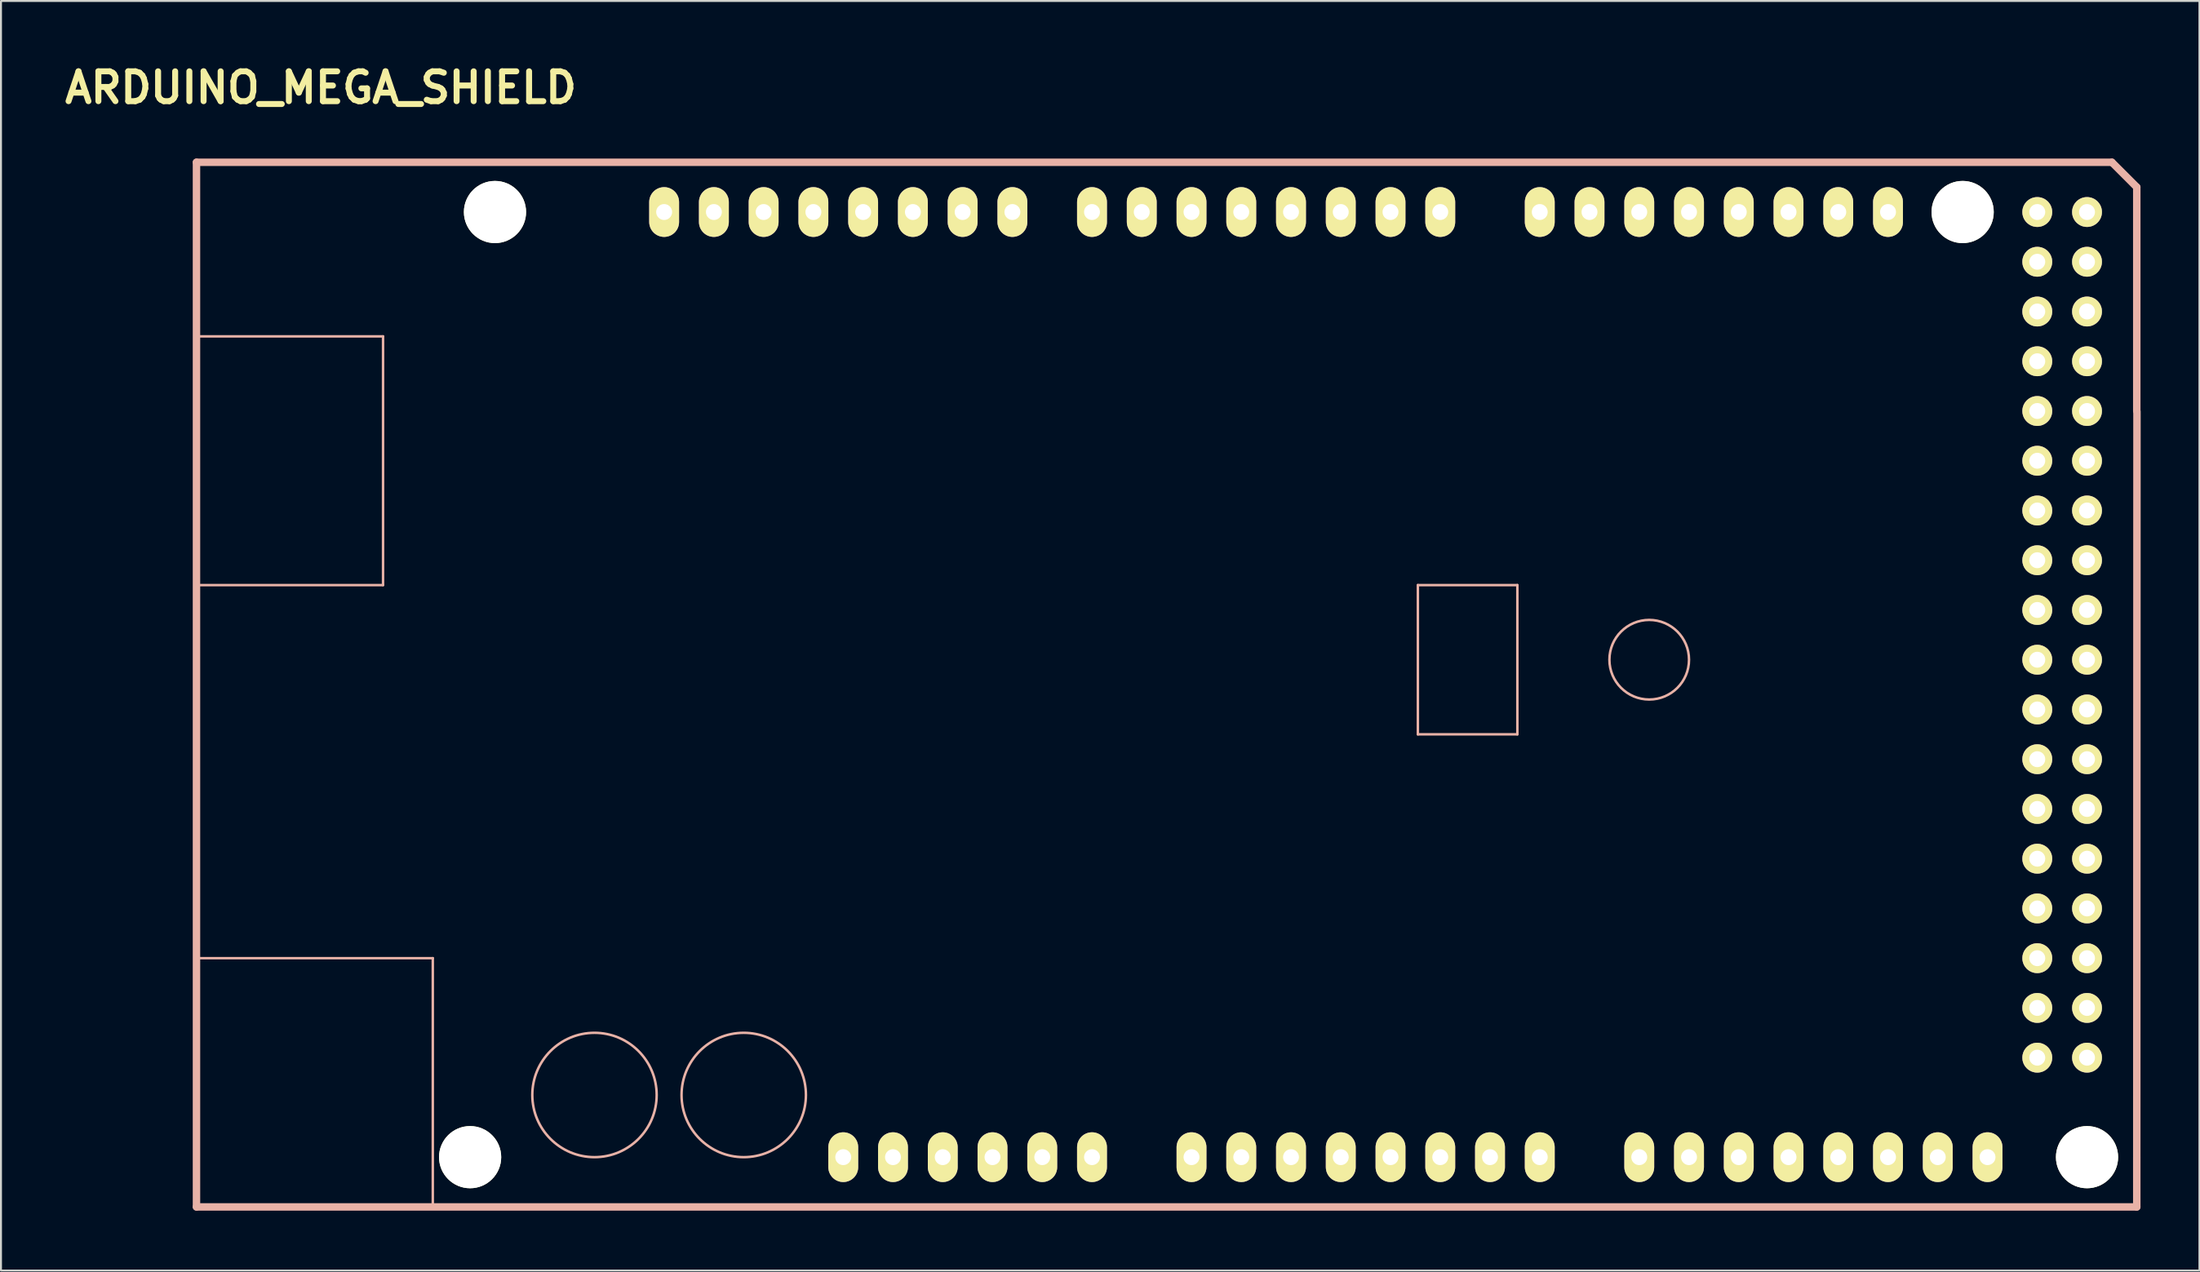
<source format=kicad_pcb>
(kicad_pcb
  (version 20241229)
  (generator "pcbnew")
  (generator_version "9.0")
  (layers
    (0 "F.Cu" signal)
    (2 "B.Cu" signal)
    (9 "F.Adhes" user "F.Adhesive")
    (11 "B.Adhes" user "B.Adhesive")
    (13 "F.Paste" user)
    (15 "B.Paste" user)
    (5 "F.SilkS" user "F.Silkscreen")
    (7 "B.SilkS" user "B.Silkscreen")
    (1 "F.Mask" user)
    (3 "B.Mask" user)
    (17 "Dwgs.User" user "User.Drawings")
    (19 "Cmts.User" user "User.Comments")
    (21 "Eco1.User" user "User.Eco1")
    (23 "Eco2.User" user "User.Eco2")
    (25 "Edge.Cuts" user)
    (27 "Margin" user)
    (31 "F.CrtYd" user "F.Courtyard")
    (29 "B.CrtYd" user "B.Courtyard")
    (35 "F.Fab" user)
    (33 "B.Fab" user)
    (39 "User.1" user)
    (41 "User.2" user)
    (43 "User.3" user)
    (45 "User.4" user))
  (footprint "ARDUINO_MEGA_SHIELD"
    (layer "F.Cu")
    (at 6.981 58.576)
    (property "Reference" "ARDUINO_MEGA_SHIELD" (at 6.35 -57.15 0) (layer "F.SilkS") (effects (font (size 1.524 1.524) (thickness 0.305))))
    (attr through_hole)
    (fp_line (start 0 -44.45) (end 9.525 -44.45) (stroke (width 0.127) (type solid)) (layer "B.SilkS"))
    (fp_line (start 0 -12.7) (end 12.065 -12.7) (stroke (width 0.127) (type solid)) (layer "B.SilkS"))
    (fp_line (start 0 0) (end 0 -53.34) (stroke (width 0.381) (type solid)) (layer "B.SilkS"))
    (fp_line (start 9.525 -44.45) (end 9.525 -31.75) (stroke (width 0.127) (type solid)) (layer "B.SilkS"))
    (fp_line (start 9.525 -31.75) (end 0 -31.75) (stroke (width 0.127) (type solid)) (layer "B.SilkS"))
    (fp_line (start 12.065 -12.7) (end 12.065 0) (stroke (width 0.127) (type solid)) (layer "B.SilkS"))
    (fp_line (start 62.357 -31.75) (end 62.357 -24.13) (stroke (width 0.127) (type solid)) (layer "B.SilkS"))
    (fp_line (start 62.357 -24.13) (end 67.437 -24.13) (stroke (width 0.127) (type solid)) (layer "B.SilkS"))
    (fp_line (start 67.437 -31.75) (end 62.357 -31.75) (stroke (width 0.127) (type solid)) (layer "B.SilkS"))
    (fp_line (start 67.437 -24.13) (end 67.437 -31.75) (stroke (width 0.127) (type solid)) (layer "B.SilkS"))
    (fp_line (start 97.79 -53.34) (end 0 -53.34) (stroke (width 0.381) (type solid)) (layer "B.SilkS"))
    (fp_line (start 99.06 -52.07) (end 97.79 -53.34) (stroke (width 0.381) (type solid)) (layer "B.SilkS"))
    (fp_line (start 99.06 -40.64) (end 99.06 -52.07) (stroke (width 0.381) (type solid)) (layer "B.SilkS"))
    (fp_line (start 99.06 -2.57) (end 99.07 -40.6) (stroke (width 0.38) (type solid)) (layer "B.SilkS"))
    (fp_line (start 99.06 -2.54) (end 99.06 0) (stroke (width 0.381) (type solid)) (layer "B.SilkS"))
    (fp_line (start 99.06 0) (end 0 0) (stroke (width 0.381) (type solid)) (layer "B.SilkS"))
    (fp_line (start 99.07 -40.6) (end 99.07 -40.59) (stroke (width 0.15) (type solid)) (layer "B.SilkS"))
    (fp_circle (center 20.32 -5.715) (end 23.495 -5.715) (stroke (width 0.127) (type solid)) (fill no) (layer "B.SilkS"))
    (fp_circle (center 27.94 -5.715) (end 31.115 -5.715) (stroke (width 0.127) (type solid)) (fill no) (layer "B.SilkS"))
    (fp_circle (center 74.168 -27.94) (end 76.2 -27.94) (stroke (width 0.127) (type solid)) (fill no) (layer "B.SilkS"))
    (pad "" np_thru_hole circle (at 13.97 -2.54 90) (size 3.175 3.175) (drill 3.175) (layers "*.Cu" "*.Mask" "F.SilkS"))
    (pad "" np_thru_hole circle (at 15.24 -50.8 90) (size 3.175 3.175) (drill 3.175) (layers "*.Cu" "*.Mask" "F.SilkS"))
    (pad "" np_thru_hole circle (at 90.17 -50.8 90) (size 3.175 3.175) (drill 3.175) (layers "*.Cu" "*.Mask" "F.SilkS"))
    (pad "" np_thru_hole circle (at 96.52 -2.54 90) (size 3.175 3.175) (drill 3.175) (layers "*.Cu" "*.Mask" "F.SilkS"))
    (pad "0" thru_hole oval (at 63.5 -50.8 90) (size 2.54 1.524) (drill 0.813) (layers "*.Cu" "*.Mask" "F.SilkS"))
    (pad "1" thru_hole oval (at 60.96 -50.8 90) (size 2.54 1.524) (drill 0.813) (layers "*.Cu" "*.Mask" "F.SilkS"))
    (pad "2" thru_hole oval (at 58.42 -50.8 90) (size 2.54 1.524) (drill 0.813) (layers "*.Cu" "*.Mask" "F.SilkS"))
    (pad "3" thru_hole oval (at 55.88 -50.8 90) (size 2.54 1.524) (drill 0.813) (layers "*.Cu" "*.Mask" "F.SilkS"))
    (pad "3V3" thru_hole oval (at 35.56 -2.54 90) (size 2.54 1.524) (drill 0.813) (layers "*.Cu" "*.Mask" "F.SilkS"))
    (pad "4" thru_hole oval (at 53.34 -50.8 90) (size 2.54 1.524) (drill 0.813) (layers "*.Cu" "*.Mask" "F.SilkS"))
    (pad "5" thru_hole oval (at 50.8 -50.8 90) (size 2.54 1.524) (drill 0.813) (layers "*.Cu" "*.Mask" "F.SilkS"))
    (pad "5V" thru_hole oval (at 38.1 -2.54 90) (size 2.54 1.524) (drill 0.813) (layers "*.Cu" "*.Mask" "F.SilkS"))
    (pad "5V_4" thru_hole circle (at 93.98 -50.8) (size 1.524 1.524) (drill 0.813) (layers "*.Cu" "*.Mask" "F.SilkS"))
    (pad "5V_5" thru_hole circle (at 96.52 -50.8) (size 1.524 1.524) (drill 0.813) (layers "*.Cu" "*.Mask" "F.SilkS"))
    (pad "6" thru_hole oval (at 48.26 -50.8 90) (size 2.54 1.524) (drill 0.813) (layers "*.Cu" "*.Mask" "F.SilkS"))
    (pad "7" thru_hole oval (at 45.72 -50.8 90) (size 2.54 1.524) (drill 0.813) (layers "*.Cu" "*.Mask" "F.SilkS"))
    (pad "8" thru_hole oval (at 41.656 -50.8 90) (size 2.54 1.524) (drill 0.813) (layers "*.Cu" "*.Mask" "F.SilkS"))
    (pad "9" thru_hole oval (at 39.116 -50.8 90) (size 2.54 1.524) (drill 0.813) (layers "*.Cu" "*.Mask" "F.SilkS"))
    (pad "10" thru_hole oval (at 36.576 -50.8 90) (size 2.54 1.524) (drill 0.813) (layers "*.Cu" "*.Mask" "F.SilkS"))
    (pad "11" thru_hole oval (at 34.036 -50.8 90) (size 2.54 1.524) (drill 0.813) (layers "*.Cu" "*.Mask" "F.SilkS"))
    (pad "12" thru_hole oval (at 31.496 -50.8 90) (size 2.54 1.524) (drill 0.813) (layers "*.Cu" "*.Mask" "F.SilkS"))
    (pad "13" thru_hole oval (at 28.956 -50.8 90) (size 2.54 1.524) (drill 0.813) (layers "*.Cu" "*.Mask" "F.SilkS"))
    (pad "14" thru_hole oval (at 68.58 -50.8 90) (size 2.54 1.524) (drill 0.813) (layers "*.Cu" "*.Mask" "F.SilkS"))
    (pad "15" thru_hole oval (at 71.12 -50.8 90) (size 2.54 1.524) (drill 0.813) (layers "*.Cu" "*.Mask" "F.SilkS"))
    (pad "16" thru_hole oval (at 73.66 -50.8 90) (size 2.54 1.524) (drill 0.813) (layers "*.Cu" "*.Mask" "F.SilkS"))
    (pad "17" thru_hole oval (at 76.2 -50.8 90) (size 2.54 1.524) (drill 0.813) (layers "*.Cu" "*.Mask" "F.SilkS"))
    (pad "18" thru_hole oval (at 78.74 -50.8 90) (size 2.54 1.524) (drill 0.813) (layers "*.Cu" "*.Mask" "F.SilkS"))
    (pad "19" thru_hole oval (at 81.28 -50.8 90) (size 2.54 1.524) (drill 0.813) (layers "*.Cu" "*.Mask" "F.SilkS"))
    (pad "20" thru_hole oval (at 83.82 -50.8 90) (size 2.54 1.524) (drill 0.813) (layers "*.Cu" "*.Mask" "F.SilkS"))
    (pad "21" thru_hole oval (at 86.36 -50.8 90) (size 2.54 1.524) (drill 0.813) (layers "*.Cu" "*.Mask" "F.SilkS"))
    (pad "22" thru_hole circle (at 93.98 -48.26) (size 1.524 1.524) (drill 0.813) (layers "*.Cu" "*.Mask" "F.SilkS"))
    (pad "23" thru_hole circle (at 96.52 -48.26) (size 1.524 1.524) (drill 0.813) (layers "*.Cu" "*.Mask" "F.SilkS"))
    (pad "24" thru_hole circle (at 93.98 -45.72) (size 1.524 1.524) (drill 0.813) (layers "*.Cu" "*.Mask" "F.SilkS"))
    (pad "25" thru_hole circle (at 96.52 -45.72) (size 1.524 1.524) (drill 0.813) (layers "*.Cu" "*.Mask" "F.SilkS"))
    (pad "26" thru_hole circle (at 93.98 -43.18) (size 1.524 1.524) (drill 0.813) (layers "*.Cu" "*.Mask" "F.SilkS"))
    (pad "27" thru_hole circle (at 96.52 -43.18) (size 1.524 1.524) (drill 0.813) (layers "*.Cu" "*.Mask" "F.SilkS"))
    (pad "28" thru_hole circle (at 93.98 -40.64) (size 1.524 1.524) (drill 0.813) (layers "*.Cu" "*.Mask" "F.SilkS"))
    (pad "29" thru_hole circle (at 96.52 -40.64) (size 1.524 1.524) (drill 0.813) (layers "*.Cu" "*.Mask" "F.SilkS"))
    (pad "30" thru_hole circle (at 93.98 -38.1) (size 1.524 1.524) (drill 0.813) (layers "*.Cu" "*.Mask" "F.SilkS"))
    (pad "31" thru_hole circle (at 96.52 -38.1) (size 1.524 1.524) (drill 0.813) (layers "*.Cu" "*.Mask" "F.SilkS"))
    (pad "32" thru_hole circle (at 93.98 -35.56) (size 1.524 1.524) (drill 0.813) (layers "*.Cu" "*.Mask" "F.SilkS"))
    (pad "33" thru_hole circle (at 96.52 -35.56) (size 1.524 1.524) (drill 0.813) (layers "*.Cu" "*.Mask" "F.SilkS"))
    (pad "34" thru_hole circle (at 93.98 -33.02) (size 1.524 1.524) (drill 0.813) (layers "*.Cu" "*.Mask" "F.SilkS"))
    (pad "35" thru_hole circle (at 96.52 -33.02) (size 1.524 1.524) (drill 0.813) (layers "*.Cu" "*.Mask" "F.SilkS"))
    (pad "36" thru_hole circle (at 93.98 -30.48) (size 1.524 1.524) (drill 0.813) (layers "*.Cu" "*.Mask" "F.SilkS"))
    (pad "37" thru_hole circle (at 96.52 -30.48) (size 1.524 1.524) (drill 0.813) (layers "*.Cu" "*.Mask" "F.SilkS"))
    (pad "38" thru_hole circle (at 93.98 -27.94) (size 1.524 1.524) (drill 0.813) (layers "*.Cu" "*.Mask" "F.SilkS"))
    (pad "39" thru_hole circle (at 96.52 -27.94) (size 1.524 1.524) (drill 0.813) (layers "*.Cu" "*.Mask" "F.SilkS"))
    (pad "40" thru_hole circle (at 93.98 -25.4) (size 1.524 1.524) (drill 0.813) (layers "*.Cu" "*.Mask" "F.SilkS"))
    (pad "41" thru_hole circle (at 96.52 -25.4) (size 1.524 1.524) (drill 0.813) (layers "*.Cu" "*.Mask" "F.SilkS"))
    (pad "42" thru_hole circle (at 93.98 -22.86) (size 1.524 1.524) (drill 0.813) (layers "*.Cu" "*.Mask" "F.SilkS"))
    (pad "43" thru_hole circle (at 96.52 -22.86) (size 1.524 1.524) (drill 0.813) (layers "*.Cu" "*.Mask" "F.SilkS"))
    (pad "44" thru_hole circle (at 93.98 -20.32) (size 1.524 1.524) (drill 0.813) (layers "*.Cu" "*.Mask" "F.SilkS"))
    (pad "45" thru_hole circle (at 96.52 -20.32) (size 1.524 1.524) (drill 0.813) (layers "*.Cu" "*.Mask" "F.SilkS"))
    (pad "46" thru_hole circle (at 93.98 -17.78) (size 1.524 1.524) (drill 0.813) (layers "*.Cu" "*.Mask" "F.SilkS"))
    (pad "47" thru_hole circle (at 96.52 -17.78) (size 1.524 1.524) (drill 0.813) (layers "*.Cu" "*.Mask" "F.SilkS"))
    (pad "48" thru_hole circle (at 93.98 -15.24) (size 1.524 1.524) (drill 0.813) (layers "*.Cu" "*.Mask" "F.SilkS"))
    (pad "49" thru_hole circle (at 96.52 -15.24) (size 1.524 1.524) (drill 0.813) (layers "*.Cu" "*.Mask" "F.SilkS"))
    (pad "50" thru_hole circle (at 93.98 -12.7) (size 1.524 1.524) (drill 0.813) (layers "*.Cu" "*.Mask" "F.SilkS"))
    (pad "51" thru_hole circle (at 96.52 -12.7) (size 1.524 1.524) (drill 0.813) (layers "*.Cu" "*.Mask" "F.SilkS"))
    (pad "52" thru_hole circle (at 93.98 -10.16) (size 1.524 1.524) (drill 0.813) (layers "*.Cu" "*.Mask" "F.SilkS"))
    (pad "53" thru_hole circle (at 96.52 -10.16) (size 1.524 1.524) (drill 0.813) (layers "*.Cu" "*.Mask" "F.SilkS"))
    (pad "AD0" thru_hole oval (at 50.8 -2.54 90) (size 2.54 1.524) (drill 0.813) (layers "*.Cu" "*.Mask" "F.SilkS"))
    (pad "AD1" thru_hole oval (at 53.34 -2.54 90) (size 2.54 1.524) (drill 0.813) (layers "*.Cu" "*.Mask" "F.SilkS"))
    (pad "AD2" thru_hole oval (at 55.88 -2.54 90) (size 2.54 1.524) (drill 0.813) (layers "*.Cu" "*.Mask" "F.SilkS"))
    (pad "AD3" thru_hole oval (at 58.42 -2.54 90) (size 2.54 1.524) (drill 0.813) (layers "*.Cu" "*.Mask" "F.SilkS"))
    (pad "AD4" thru_hole oval (at 60.96 -2.54 90) (size 2.54 1.524) (drill 0.813) (layers "*.Cu" "*.Mask" "F.SilkS"))
    (pad "AD5" thru_hole oval (at 63.5 -2.54 90) (size 2.54 1.524) (drill 0.813) (layers "*.Cu" "*.Mask" "F.SilkS"))
    (pad "AD6" thru_hole oval (at 66.04 -2.54 90) (size 2.54 1.524) (drill 0.813) (layers "*.Cu" "*.Mask" "F.SilkS"))
    (pad "AD7" thru_hole oval (at 68.58 -2.54 90) (size 2.54 1.524) (drill 0.813) (layers "*.Cu" "*.Mask" "F.SilkS"))
    (pad "AD8" thru_hole oval (at 73.66 -2.54 90) (size 2.54 1.524) (drill 0.813) (layers "*.Cu" "*.Mask" "F.SilkS"))
    (pad "AD9" thru_hole oval (at 76.2 -2.54 90) (size 2.54 1.524) (drill 0.813) (layers "*.Cu" "*.Mask" "F.SilkS"))
    (pad "AD10" thru_hole oval (at 78.74 -2.54 90) (size 2.54 1.524) (drill 0.813) (layers "*.Cu" "*.Mask" "F.SilkS"))
    (pad "AD11" thru_hole oval (at 81.28 -2.54 90) (size 2.54 1.524) (drill 0.813) (layers "*.Cu" "*.Mask" "F.SilkS"))
    (pad "AD12" thru_hole oval (at 83.82 -2.54 90) (size 2.54 1.524) (drill 0.813) (layers "*.Cu" "*.Mask" "F.SilkS"))
    (pad "AD13" thru_hole oval (at 86.36 -2.54 90) (size 2.54 1.524) (drill 0.813) (layers "*.Cu" "*.Mask" "F.SilkS"))
    (pad "AD14" thru_hole oval (at 88.9 -2.54 90) (size 2.54 1.524) (drill 0.813) (layers "*.Cu" "*.Mask" "F.SilkS"))
    (pad "AD15" thru_hole oval (at 91.44 -2.54 90) (size 2.54 1.524) (drill 0.813) (layers "*.Cu" "*.Mask" "F.SilkS"))
    (pad "AREF" thru_hole oval (at 23.876 -50.8 90) (size 2.54 1.524) (drill 0.813) (layers "*.Cu" "*.Mask" "F.SilkS"))
    (pad "GND1" thru_hole oval (at 40.64 -2.54 90) (size 2.54 1.524) (drill 0.813) (layers "*.Cu" "*.Mask" "F.SilkS"))
    (pad "GND2" thru_hole oval (at 43.18 -2.54 90) (size 2.54 1.524) (drill 0.813) (layers "*.Cu" "*.Mask" "F.SilkS"))
    (pad "GND3" thru_hole oval (at 26.416 -50.8 90) (size 2.54 1.524) (drill 0.813) (layers "*.Cu" "*.Mask" "F.SilkS"))
    (pad "GND4" thru_hole circle (at 93.98 -7.62) (size 1.524 1.524) (drill 0.813) (layers "*.Cu" "*.Mask" "F.SilkS"))
    (pad "GND5" thru_hole circle (at 96.52 -7.62) (size 1.524 1.524) (drill 0.813) (layers "*.Cu" "*.Mask" "F.SilkS"))
    (pad "RST" thru_hole oval (at 33.02 -2.54 90) (size 2.54 1.524) (drill 0.813) (layers "*.Cu" "*.Mask" "F.SilkS"))
    (pad "V_IN" thru_hole oval (at 45.72 -2.54 90) (size 2.54 1.524) (drill 0.813) (layers "*.Cu" "*.Mask" "F.SilkS")))
  (gr_rect
    (start -3 -3)
    (end 109.241 61.826)
    (stroke (width 0.1) (type default))
    (fill no)
    (layer "Edge.Cuts")))
</source>
